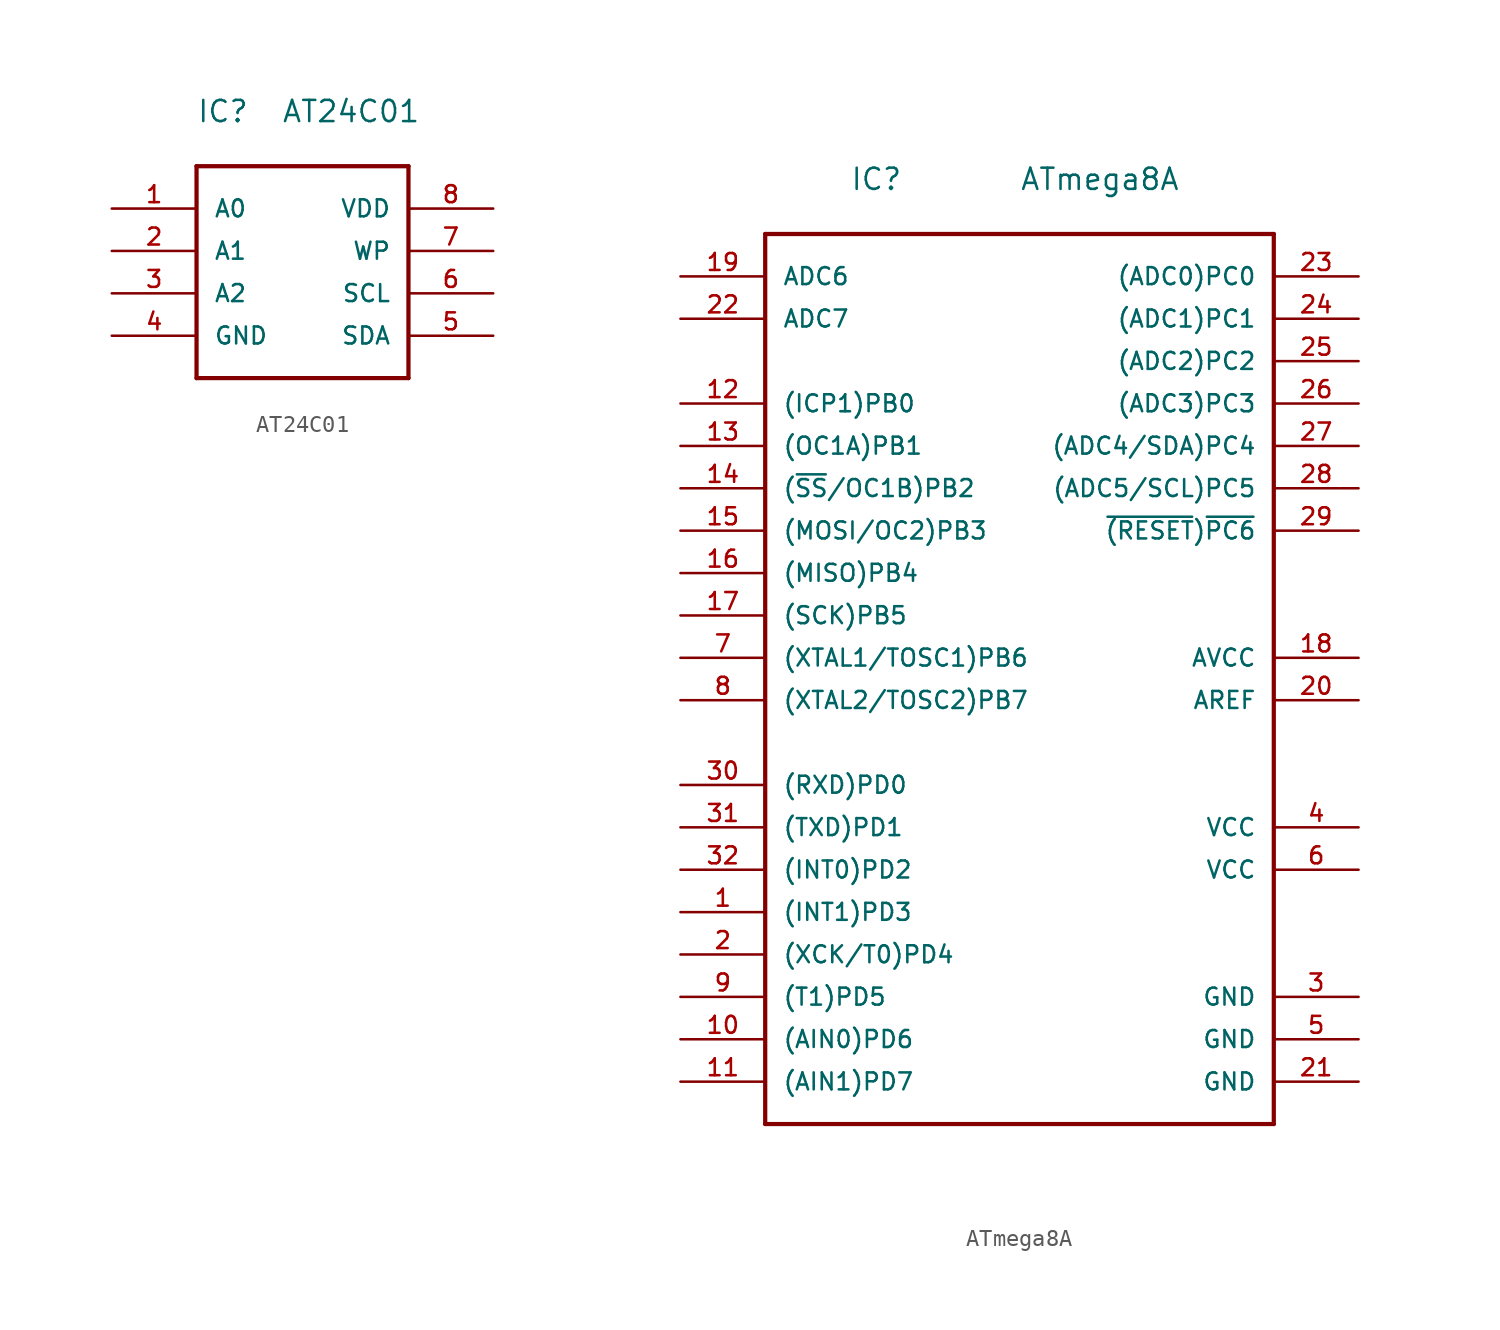
<source format=kicad_sym>
(kicad_symbol_lib
  (version 20220914)
  (generator kicad_symbol_editor)
  (symbol "AT24C01"
    (pin_names
      (offset 1.016))
    (property "Reference" "IC"
      (at 0 2.54 0)
      (effects (font (size 1.27 1.27)) (justify left bottom)))
    (property "Value" "AT24C01"
      (at 5.08 2.54 0)
      (effects (font (size 1.27 1.27)) (justify left bottom)))
    (symbol "AT24C01_1_0"
      (polyline (pts (xy 0 -12.7) (xy 0 0)) (stroke (width 0.254) (type solid)) (fill (type none)))
      (polyline (pts (xy 0 0) (xy 12.7 0)) (stroke (width 0.254) (type solid)) (fill (type none)))
      (polyline (pts (xy 12.7 -12.7) (xy 0 -12.7)) (stroke (width 0.254) (type solid)) (fill (type none)))
      (polyline (pts (xy 12.7 0) (xy 12.7 -12.7)) (stroke (width 0.254) (type solid)) (fill (type none))))
    (symbol "AT24C01_1_1"
      (pin input line (at -5.08 -2.54 0) (length 5.08) (name "A0" (effects (font (size 1.016 1.016)))) (number "1" (effects (font (size 1.016 1.016)))))
      (pin input line (at -5.08 -5.08 0) (length 5.08) (name "A1" (effects (font (size 1.016 1.016)))) (number "2" (effects (font (size 1.016 1.016)))))
      (pin input line (at -5.08 -7.62 0) (length 5.08) (name "A2" (effects (font (size 1.016 1.016)))) (number "3" (effects (font (size 1.016 1.016)))))
      (pin power_in line (at -5.08 -10.16 0) (length 5.08) (name "GND" (effects (font (size 1.016 1.016)))) (number "4" (effects (font (size 1.016 1.016)))))
      (pin bidirectional line (at 17.78 -10.16 180) (length 5.08) (name "SDA" (effects (font (size 1.016 1.016)))) (number "5" (effects (font (size 1.016 1.016)))))
      (pin input line (at 17.78 -7.62 180) (length 5.08) (name "SCL" (effects (font (size 1.016 1.016)))) (number "6" (effects (font (size 1.016 1.016)))))
      (pin input line (at 17.78 -5.08 180) (length 5.08) (name "WP" (effects (font (size 1.016 1.016)))) (number "7" (effects (font (size 1.016 1.016)))))
      (pin power_in line (at 17.78 -2.54 180) (length 5.08) (name "VDD" (effects (font (size 1.016 1.016)))) (number "8" (effects (font (size 1.016 1.016)))))))
  (symbol "ATmega8A"
    (pin_names
      (offset 1.016))
    (property "Reference" "IC"
      (at 5.08 2.54 0)
      (effects (font (size 1.27 1.27)) (justify left bottom)))
    (property "Value" "ATmega8A"
      (at 15.24 2.54 0)
      (effects (font (size 1.27 1.27)) (justify left bottom)))
    (symbol "ATmega8A_1_0"
      (polyline (pts (xy 0 -53.34) (xy 0 0)) (stroke (width 0.254) (type solid)) (fill (type none)))
      (polyline (pts (xy 0 0) (xy 30.48 0)) (stroke (width 0.254) (type solid)) (fill (type none)))
      (polyline (pts (xy 30.48 -53.34) (xy 0 -53.34)) (stroke (width 0.254) (type solid)) (fill (type none)))
      (polyline (pts (xy 30.48 0) (xy 30.48 -53.34)) (stroke (width 0.254) (type solid)) (fill (type none)))
      (pin bidirectional line (at -5.08 -40.64 0) (length 5.08) (name "(INT1)PD3" (effects (font (size 1.016 1.016)))) (number "1" (effects (font (size 1.016 1.016)))))
      (pin bidirectional line (at -5.08 -48.26 0) (length 5.08) (name "(AIN0)PD6" (effects (font (size 1.016 1.016)))) (number "10" (effects (font (size 1.016 1.016)))))
      (pin bidirectional line (at -5.08 -50.8 0) (length 5.08) (name "(AIN1)PD7" (effects (font (size 1.016 1.016)))) (number "11" (effects (font (size 1.016 1.016)))))
      (pin bidirectional line (at -5.08 -10.16 0) (length 5.08) (name "(ICP1)PB0" (effects (font (size 1.016 1.016)))) (number "12" (effects (font (size 1.016 1.016)))))
      (pin bidirectional line (at -5.08 -12.7 0) (length 5.08) (name "(OC1A)PB1" (effects (font (size 1.016 1.016)))) (number "13" (effects (font (size 1.016 1.016)))))
      (pin bidirectional line (at -5.08 -15.24 0) (length 5.08) (name "(~{SS}/OC1B)PB2" (effects (font (size 1.016 1.016)))) (number "14" (effects (font (size 1.016 1.016)))))
      (pin bidirectional line (at -5.08 -17.78 0) (length 5.08) (name "(MOSI/OC2)PB3" (effects (font (size 1.016 1.016)))) (number "15" (effects (font (size 1.016 1.016)))))
      (pin bidirectional line (at -5.08 -20.32 0) (length 5.08) (name "(MISO)PB4" (effects (font (size 1.016 1.016)))) (number "16" (effects (font (size 1.016 1.016)))))
      (pin bidirectional line (at -5.08 -22.86 0) (length 5.08) (name "(SCK)PB5" (effects (font (size 1.016 1.016)))) (number "17" (effects (font (size 1.016 1.016)))))
      (pin power_in line (at 35.56 -25.4 180) (length 5.08) (name "AVCC" (effects (font (size 1.016 1.016)))) (number "18" (effects (font (size 1.016 1.016)))))
      (pin input line (at -5.08 -2.54 0) (length 5.08) (name "ADC6" (effects (font (size 1.016 1.016)))) (number "19" (effects (font (size 1.016 1.016)))))
      (pin bidirectional line (at -5.08 -43.18 0) (length 5.08) (name "(XCK/T0)PD4" (effects (font (size 1.016 1.016)))) (number "2" (effects (font (size 1.016 1.016)))))
      (pin input line (at 35.56 -27.94 180) (length 5.08) (name "AREF" (effects (font (size 1.016 1.016)))) (number "20" (effects (font (size 1.016 1.016)))))
      (pin power_in line (at 35.56 -50.8 180) (length 5.08) (name "GND" (effects (font (size 1.016 1.016)))) (number "21" (effects (font (size 1.016 1.016)))))
      (pin input line (at -5.08 -5.08 0) (length 5.08) (name "ADC7" (effects (font (size 1.016 1.016)))) (number "22" (effects (font (size 1.016 1.016)))))
      (pin bidirectional line (at 35.56 -2.54 180) (length 5.08) (name "(ADC0)PC0" (effects (font (size 1.016 1.016)))) (number "23" (effects (font (size 1.016 1.016)))))
      (pin bidirectional line (at 35.56 -5.08 180) (length 5.08) (name "(ADC1)PC1" (effects (font (size 1.016 1.016)))) (number "24" (effects (font (size 1.016 1.016)))))
      (pin bidirectional line (at 35.56 -7.62 180) (length 5.08) (name "(ADC2)PC2" (effects (font (size 1.016 1.016)))) (number "25" (effects (font (size 1.016 1.016)))))
      (pin bidirectional line (at 35.56 -10.16 180) (length 5.08) (name "(ADC3)PC3" (effects (font (size 1.016 1.016)))) (number "26" (effects (font (size 1.016 1.016)))))
      (pin bidirectional line (at 35.56 -12.7 180) (length 5.08) (name "(ADC4/SDA)PC4" (effects (font (size 1.016 1.016)))) (number "27" (effects (font (size 1.016 1.016)))))
      (pin bidirectional line (at 35.56 -15.24 180) (length 5.08) (name "(ADC5/SCL)PC5" (effects (font (size 1.016 1.016)))) (number "28" (effects (font (size 1.016 1.016)))))
      (pin bidirectional line (at 35.56 -17.78 180) (length 5.08) (name "~{(RESET})~{PC6}" (effects (font (size 1.016 1.016)))) (number "29" (effects (font (size 1.016 1.016)))))
      (pin power_in line (at 35.56 -45.72 180) (length 5.08) (name "GND" (effects (font (size 1.016 1.016)))) (number "3" (effects (font (size 1.016 1.016)))))
      (pin bidirectional line (at -5.08 -33.02 0) (length 5.08) (name "(RXD)PD0" (effects (font (size 1.016 1.016)))) (number "30" (effects (font (size 1.016 1.016)))))
      (pin bidirectional line (at -5.08 -35.56 0) (length 5.08) (name "(TXD)PD1" (effects (font (size 1.016 1.016)))) (number "31" (effects (font (size 1.016 1.016)))))
      (pin bidirectional line (at -5.08 -38.1 0) (length 5.08) (name "(INT0)PD2" (effects (font (size 1.016 1.016)))) (number "32" (effects (font (size 1.016 1.016)))))
      (pin power_in line (at 35.56 -35.56 180) (length 5.08) (name "VCC" (effects (font (size 1.016 1.016)))) (number "4" (effects (font (size 1.016 1.016)))))
      (pin power_in line (at 35.56 -48.26 180) (length 5.08) (name "GND" (effects (font (size 1.016 1.016)))) (number "5" (effects (font (size 1.016 1.016)))))
      (pin power_in line (at 35.56 -38.1 180) (length 5.08) (name "VCC" (effects (font (size 1.016 1.016)))) (number "6" (effects (font (size 1.016 1.016)))))
      (pin bidirectional line (at -5.08 -25.4 0) (length 5.08) (name "(XTAL1/TOSC1)PB6" (effects (font (size 1.016 1.016)))) (number "7" (effects (font (size 1.016 1.016)))))
      (pin bidirectional line (at -5.08 -27.94 0) (length 5.08) (name "(XTAL2/TOSC2)PB7" (effects (font (size 1.016 1.016)))) (number "8" (effects (font (size 1.016 1.016)))))
      (pin bidirectional line (at -5.08 -45.72 0) (length 5.08) (name "(T1)PD5" (effects (font (size 1.016 1.016)))) (number "9" (effects (font (size 1.016 1.016))))))))
</source>
